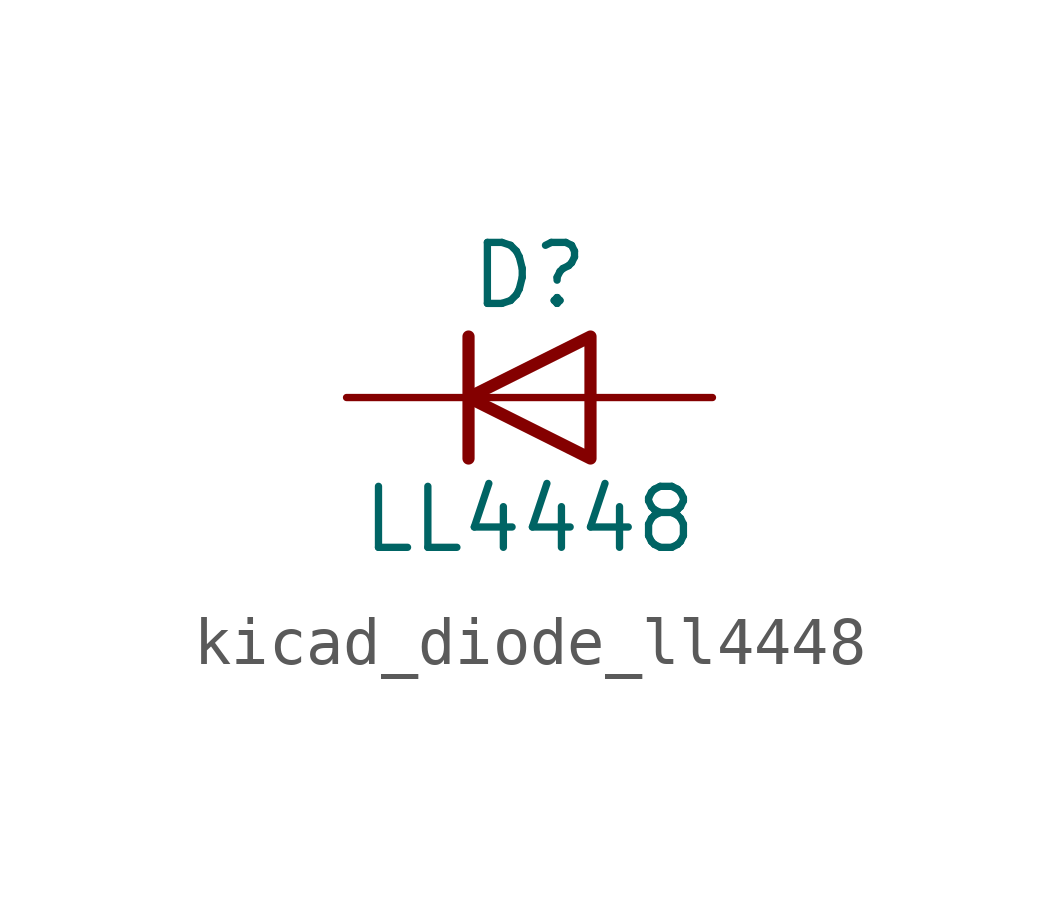
<source format=kicad_sym>
(kicad_symbol_lib
  (version 20220914)
  (generator kicad_symbol_editor)
  (symbol "kicad_diode_ll4448"
    (pin_numbers hide)
    (pin_names hide)
    (property "Reference" "D"
      (at 0 2.54 0)
      (effects (font (size 1.27 1.27))))
    (property "Value" "LL4448"
      (at 0 -2.54 0)
      (effects (font (size 1.27 1.27))))
    (symbol "kicad_diode_ll4448_0_1"
      (polyline (pts (xy -1.27 1.27) (xy -1.27 -1.27)) (stroke (width 0.254) (type default)) (fill (type none)))
      (polyline (pts (xy 1.27 0) (xy -1.27 0)) (stroke (width 0) (type default)) (fill (type none)))
      (polyline (pts (xy 1.27 1.27) (xy 1.27 -1.27) (xy -1.27 0) (xy 1.27 1.27)) (stroke (width 0.254) (type default)) (fill (type none))))
    (symbol "kicad_diode_ll4448_1_1"
      (pin passive line (at -3.81 0 0) (length 2.54) (name "K" (effects (font (size 1.27 1.27)))) (number "1" (effects (font (size 1.27 1.27)))))
      (pin passive line (at 3.81 0 180) (length 2.54) (name "A" (effects (font (size 1.27 1.27)))) (number "2" (effects (font (size 1.27 1.27))))))))
</source>
